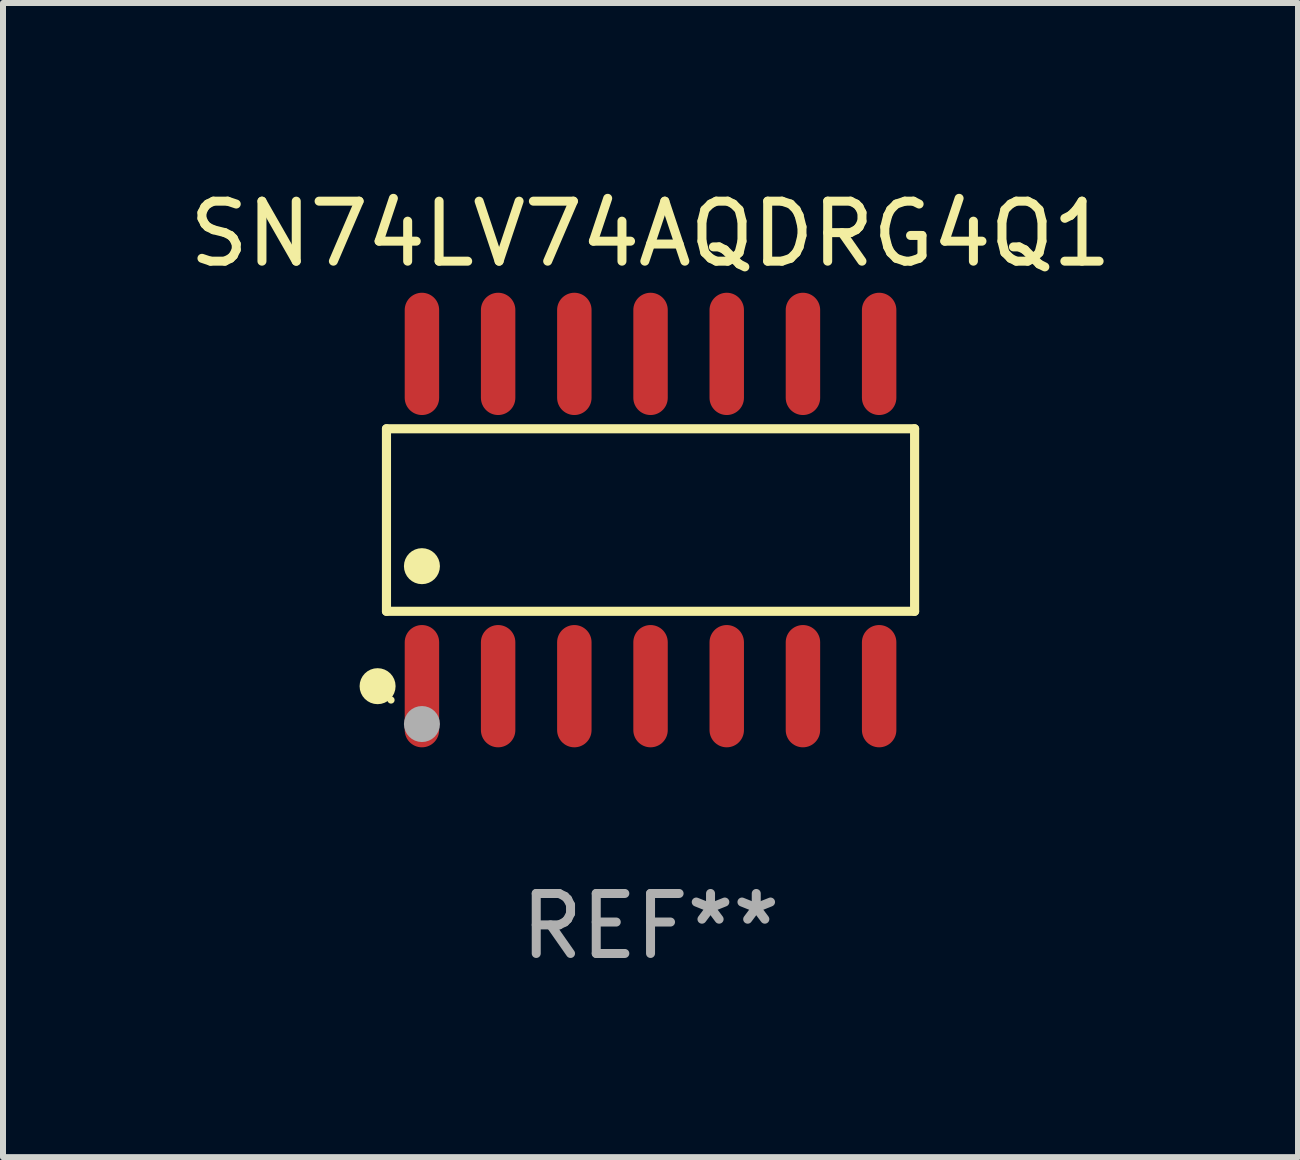
<source format=kicad_pcb>
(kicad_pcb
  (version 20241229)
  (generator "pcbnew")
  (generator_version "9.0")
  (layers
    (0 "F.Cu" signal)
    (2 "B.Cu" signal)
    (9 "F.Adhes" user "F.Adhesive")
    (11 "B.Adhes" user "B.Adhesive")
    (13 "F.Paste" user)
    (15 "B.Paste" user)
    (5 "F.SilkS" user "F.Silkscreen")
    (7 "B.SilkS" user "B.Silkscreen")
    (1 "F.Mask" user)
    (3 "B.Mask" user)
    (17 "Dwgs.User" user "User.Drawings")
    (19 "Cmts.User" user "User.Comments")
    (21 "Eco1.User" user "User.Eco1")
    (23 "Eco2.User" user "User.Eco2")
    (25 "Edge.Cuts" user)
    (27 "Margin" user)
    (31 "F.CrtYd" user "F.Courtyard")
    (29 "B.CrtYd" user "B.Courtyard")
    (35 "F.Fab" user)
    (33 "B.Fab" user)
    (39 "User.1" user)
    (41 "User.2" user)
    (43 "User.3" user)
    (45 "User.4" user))
  (footprint "SN74LV74AQDRG4Q1"
    (layer "F.Cu")
    (at 7.792 5.617)
    (property "Reference" "SN74LV74AQDRG4Q1" (at 0 -4.769 0) (layer "F.SilkS") (effects (font (size 1 1) (thickness 0.15))))
    (attr through_hole)
    (fp_line (start -4.401 -1.521) (end 4.401 -1.521) (stroke (width 0.152) (type solid)) (layer "F.SilkS"))
    (fp_line (start -4.401 1.521) (end -4.401 -1.521) (stroke (width 0.152) (type solid)) (layer "F.SilkS"))
    (fp_line (start 4.401 -1.521) (end 4.401 1.521) (stroke (width 0.152) (type solid)) (layer "F.SilkS"))
    (fp_line (start 4.401 1.521) (end -4.401 1.521) (stroke (width 0.152) (type solid)) (layer "F.SilkS"))
    (fp_circle (center -4.549 2.769) (end -4.399 2.769) (stroke (width 0.3) (type solid)) (fill no) (layer "F.SilkS"))
    (fp_circle (center -4.325 3) (end -4.295 3) (stroke (width 0.06) (type solid)) (fill no) (layer "F.SilkS"))
    (fp_circle (center -3.81 0.769) (end -3.66 0.769) (stroke (width 0.3) (type solid)) (fill no) (layer "F.SilkS"))
    (fp_circle (center -3.81 3.4) (end -3.66 3.4) (stroke (width 0.3) (type solid)) (fill no) (layer "F.Fab"))
    (fp_text user "REF**" (at 0 6.769 0) (layer "F.Fab") (effects (font (size 1 1) (thickness 0.15))))
    (pad "1" smd oval (at -3.81 2.769) (size 0.574 2.038) (layers "F.Cu" "F.Mask" "F.Paste"))
    (pad "2" smd oval (at -2.54 2.769) (size 0.574 2.038) (layers "F.Cu" "F.Mask" "F.Paste"))
    (pad "3" smd oval (at -1.27 2.769) (size 0.574 2.038) (layers "F.Cu" "F.Mask" "F.Paste"))
    (pad "4" smd oval (at 0 2.769) (size 0.574 2.038) (layers "F.Cu" "F.Mask" "F.Paste"))
    (pad "5" smd oval (at 1.27 2.769) (size 0.574 2.038) (layers "F.Cu" "F.Mask" "F.Paste"))
    (pad "6" smd oval (at 2.54 2.769) (size 0.574 2.038) (layers "F.Cu" "F.Mask" "F.Paste"))
    (pad "7" smd oval (at 3.81 2.769) (size 0.574 2.038) (layers "F.Cu" "F.Mask" "F.Paste"))
    (pad "8" smd oval (at 3.81 -2.769) (size 0.574 2.038) (layers "F.Cu" "F.Mask" "F.Paste"))
    (pad "9" smd oval (at 2.54 -2.769) (size 0.574 2.038) (layers "F.Cu" "F.Mask" "F.Paste"))
    (pad "10" smd oval (at 1.27 -2.769) (size 0.574 2.038) (layers "F.Cu" "F.Mask" "F.Paste"))
    (pad "11" smd oval (at 0 -2.769) (size 0.574 2.038) (layers "F.Cu" "F.Mask" "F.Paste"))
    (pad "12" smd oval (at -1.27 -2.769) (size 0.574 2.038) (layers "F.Cu" "F.Mask" "F.Paste"))
    (pad "13" smd oval (at -2.54 -2.769) (size 0.574 2.038) (layers "F.Cu" "F.Mask" "F.Paste"))
    (pad "14" smd oval (at -3.81 -2.769) (size 0.574 2.038) (layers "F.Cu" "F.Mask" "F.Paste")))
  (gr_rect
    (start -3 -3)
    (end 18.583 16.235)
    (stroke (width 0.1) (type default))
    (fill no)
    (layer "Edge.Cuts")))
</source>
